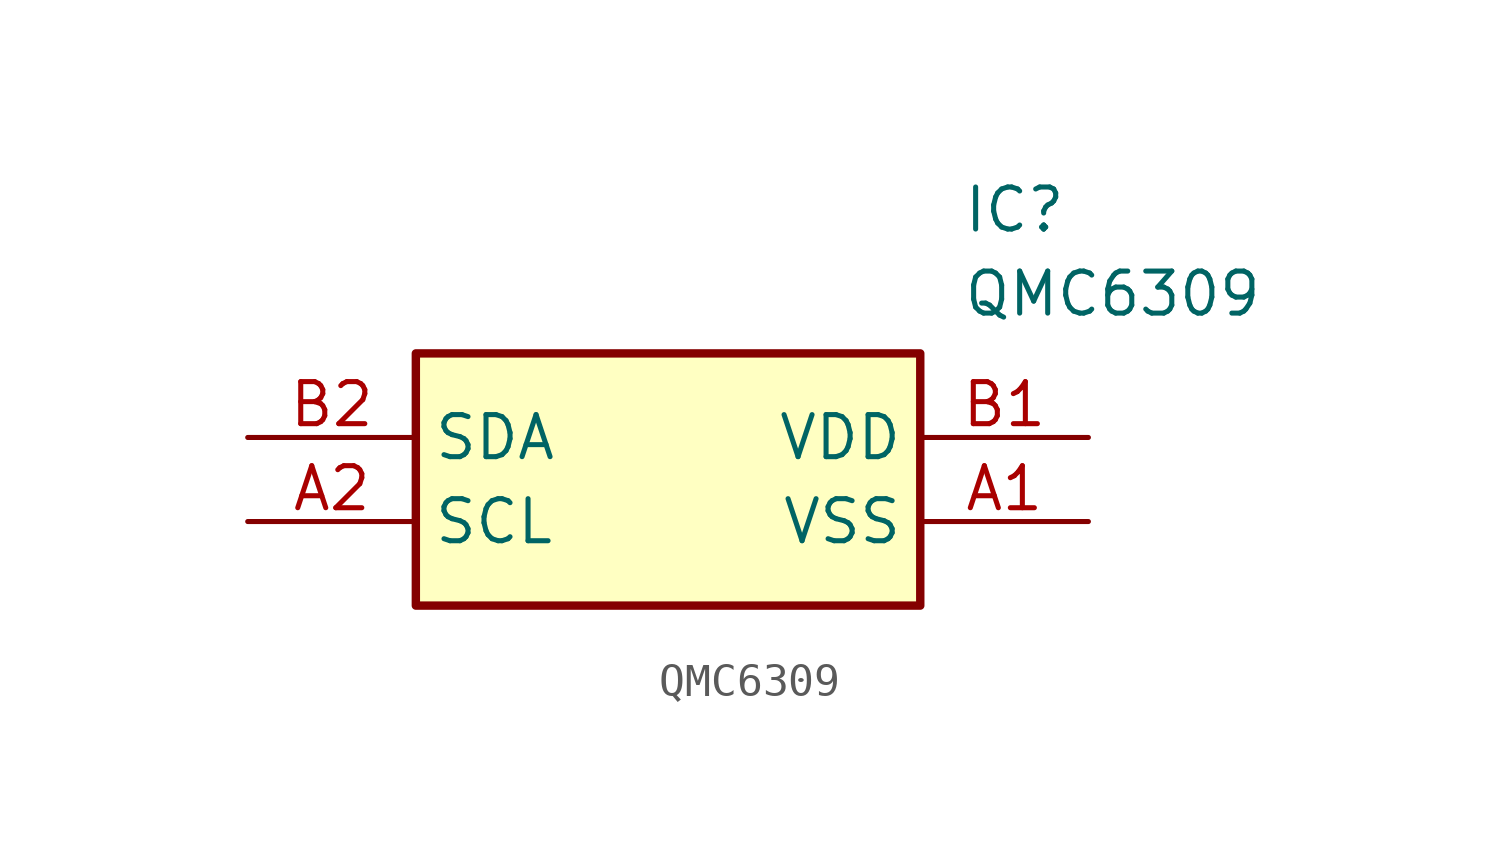
<source format=kicad_sym>
(kicad_symbol_lib
  (version 20211014)
  (generator SamacSys_ECAD_Model)
  (symbol "QMC6309"
    (property "Reference" "IC"
      (at 21.59 7.62 0)
      (effects (font (size 1.27 1.27)) (justify left top)))
    (property "Value" "QMC6309"
      (at 21.59 5.08 0)
      (effects (font (size 1.27 1.27)) (justify left top)))
    (rectangle
      (start 5.08 2.54)
      (end 20.32 -5.08)
      (stroke (width 0.254) (type default))
      (fill (type background)))
    (pin passive line
      (at 25.4 -2.54 180)
      (length 5.08)
      (name "VSS" (effects (font (size 1.27 1.27))))
      (number "A1" (effects (font (size 1.27 1.27)))))
    (pin passive line
      (at 0 -2.54 0)
      (length 5.08)
      (name "SCL" (effects (font (size 1.27 1.27))))
      (number "A2" (effects (font (size 1.27 1.27)))))
    (pin passive line
      (at 25.4 0 180)
      (length 5.08)
      (name "VDD" (effects (font (size 1.27 1.27))))
      (number "B1" (effects (font (size 1.27 1.27)))))
    (pin passive line
      (at 0 0 0)
      (length 5.08)
      (name "SDA" (effects (font (size 1.27 1.27))))
      (number "B2" (effects (font (size 1.27 1.27)))))))
</source>
